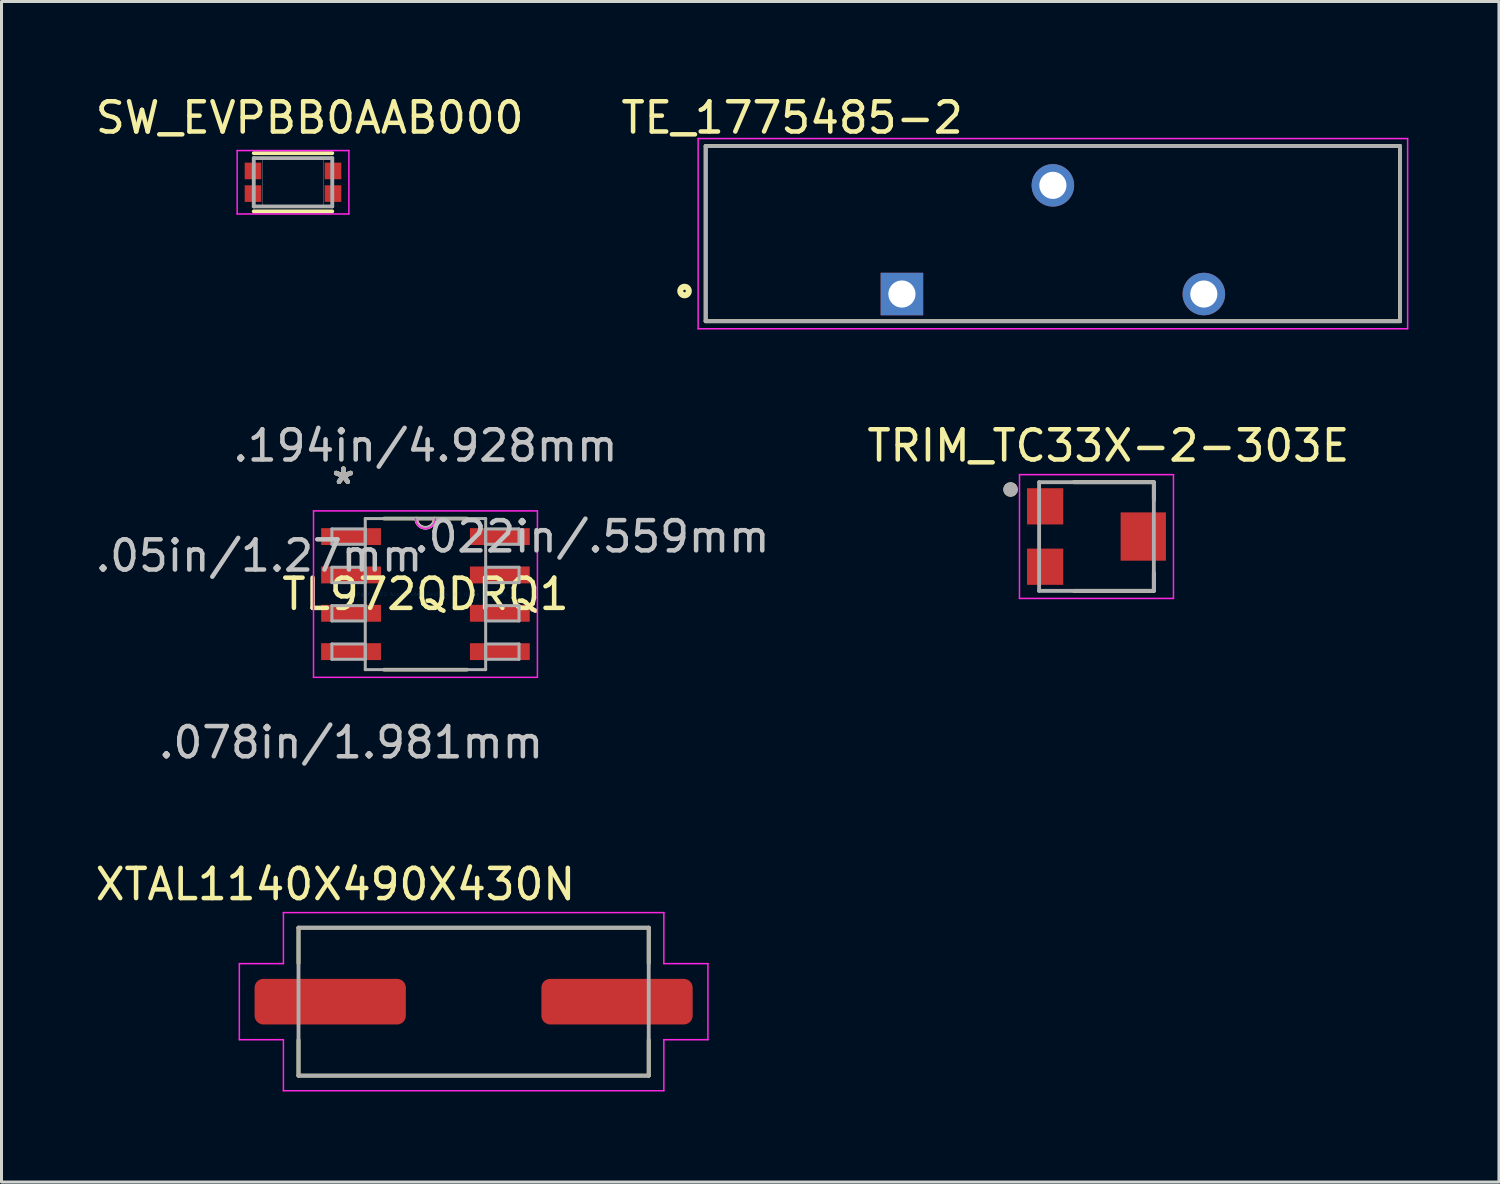
<source format=kicad_pcb>
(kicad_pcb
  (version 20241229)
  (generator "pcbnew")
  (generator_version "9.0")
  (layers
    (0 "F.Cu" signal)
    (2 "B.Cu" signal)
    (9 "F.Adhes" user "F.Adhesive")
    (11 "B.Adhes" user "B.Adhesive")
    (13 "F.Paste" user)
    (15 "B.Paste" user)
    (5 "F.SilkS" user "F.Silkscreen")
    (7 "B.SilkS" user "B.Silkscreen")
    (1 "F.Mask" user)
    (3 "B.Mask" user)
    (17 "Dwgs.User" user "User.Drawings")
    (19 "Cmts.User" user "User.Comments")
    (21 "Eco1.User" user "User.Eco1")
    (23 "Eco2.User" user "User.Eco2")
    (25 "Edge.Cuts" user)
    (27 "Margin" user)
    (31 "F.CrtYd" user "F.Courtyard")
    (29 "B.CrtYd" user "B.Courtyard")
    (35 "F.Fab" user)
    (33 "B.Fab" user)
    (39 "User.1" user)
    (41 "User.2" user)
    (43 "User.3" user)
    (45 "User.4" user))
  (footprint "TRIM_TC33X-2-303E"
    (layer "F.Cu")
    (at 33.367 14.721)
    (property "Reference" "TRIM_TC33X-2-303E" (at 0.294 -3.008 0) (layer "F.SilkS") (effects (font (size 1 1) (thickness 0.15))))
    (attr through_hole)
    (fp_line (start -0.85 -1.8) (end 1.8 -1.8) (stroke (width 0.127) (type solid)) (layer "F.SilkS"))
    (fp_line (start -0.85 1.8) (end 1.8 1.8) (stroke (width 0.127) (type solid)) (layer "F.SilkS"))
    (fp_line (start 1.8 -1.8) (end 1.8 -1.2) (stroke (width 0.127) (type solid)) (layer "F.SilkS"))
    (fp_line (start 1.8 1.8) (end 1.8 1.2) (stroke (width 0.127) (type solid)) (layer "F.SilkS"))
    (fp_circle (center -2.946 -1.558) (end -2.826 -1.558) (stroke (width 0.24) (type solid)) (fill no) (layer "F.SilkS"))
    (fp_line (start -2.65 -2.05) (end 2.45 -2.05) (stroke (width 0.05) (type solid)) (layer "F.CrtYd"))
    (fp_line (start -2.65 2.05) (end -2.65 -2.05) (stroke (width 0.05) (type solid)) (layer "F.CrtYd"))
    (fp_line (start 2.45 -2.05) (end 2.45 2.05) (stroke (width 0.05) (type solid)) (layer "F.CrtYd"))
    (fp_line (start 2.45 2.05) (end -2.65 2.05) (stroke (width 0.05) (type solid)) (layer "F.CrtYd"))
    (fp_line (start -2 -1.8) (end 1.8 -1.8) (stroke (width 0.127) (type solid)) (layer "F.Fab"))
    (fp_line (start -2 1.8) (end -2 -1.8) (stroke (width 0.127) (type solid)) (layer "F.Fab"))
    (fp_line (start 1.8 -1.8) (end 1.8 1.8) (stroke (width 0.127) (type solid)) (layer "F.Fab"))
    (fp_line (start 1.8 1.8) (end -2 1.8) (stroke (width 0.127) (type solid)) (layer "F.Fab"))
    (fp_circle (center -2.946 -1.558) (end -2.826 -1.558) (stroke (width 0.24) (type solid)) (fill no) (layer "F.Fab"))
    (pad "1" smd rect (at -1.8 -1) (size 1.2 1.2) (layers "F.Cu" "F.Mask" "F.Paste"))
    (pad "2" smd rect (at 1.45 0) (size 1.5 1.6) (layers "F.Cu" "F.Mask" "F.Paste"))
    (pad "3" smd rect (at -1.8 1) (size 1.2 1.2) (layers "F.Cu" "F.Mask" "F.Paste")))
  (footprint "SW_EVPBB0AAB000"
    (layer "F.Cu")
    (at 6.655 2.987)
    (property "Reference" "SW_EVPBB0AAB000" (at 0.551 -2.138 0) (layer "F.SilkS") (effects (font (size 1.001 1.001) (thickness 0.15))))
    (attr through_hole)
    (fp_line (start -1.3 -0.964) (end 1.3 -0.964) (stroke (width 0.127) (type solid)) (layer "F.SilkS"))
    (fp_line (start -1.3 0.964) (end 1.3 0.964) (stroke (width 0.127) (type solid)) (layer "F.SilkS"))
    (fp_poly (pts (xy -1.55 -0.6) (xy -1.1 -0.6) (xy -1.1 -0.15) (xy -1.55 -0.15)) (stroke (width 0.01) (type solid)) (fill yes) (layer "F.Paste"))
    (fp_poly (pts (xy -1.55 0.15) (xy -1.1 0.15) (xy -1.1 0.6) (xy -1.55 0.6)) (stroke (width 0.01) (type solid)) (fill yes) (layer "F.Paste"))
    (fp_poly (pts (xy 1.1 -0.6) (xy 1.55 -0.6) (xy 1.55 -0.15) (xy 1.1 -0.15)) (stroke (width 0.01) (type solid)) (fill yes) (layer "F.Paste"))
    (fp_poly (pts (xy 1.1 0.15) (xy 1.55 0.15) (xy 1.55 0.6) (xy 1.1 0.6)) (stroke (width 0.01) (type solid)) (fill yes) (layer "F.Paste"))
    (fp_poly (pts (xy -1.002 -0.8) (xy 1 -0.8) (xy 1 0.802) (xy -1.002 0.802)) (stroke (width 0.01) (type solid)) (fill no) (layer "Dwgs.User"))
    (fp_line (start -1.85 -1.05) (end 1.85 -1.05) (stroke (width 0.05) (type solid)) (layer "F.CrtYd"))
    (fp_line (start -1.85 1.05) (end -1.85 -1.05) (stroke (width 0.05) (type solid)) (layer "F.CrtYd"))
    (fp_line (start 1.85 -1.05) (end 1.85 1.05) (stroke (width 0.05) (type solid)) (layer "F.CrtYd"))
    (fp_line (start 1.85 1.05) (end -1.85 1.05) (stroke (width 0.05) (type solid)) (layer "F.CrtYd"))
    (fp_line (start -1.3 -0.8) (end 1.3 -0.8) (stroke (width 0.127) (type solid)) (layer "F.Fab"))
    (fp_line (start -1.3 0.8) (end -1.3 -0.8) (stroke (width 0.127) (type solid)) (layer "F.Fab"))
    (fp_line (start 1.3 -0.8) (end 1.3 0.8) (stroke (width 0.127) (type solid)) (layer "F.Fab"))
    (fp_line (start 1.3 0.8) (end -1.3 0.8) (stroke (width 0.127) (type solid)) (layer "F.Fab"))
    (pad "A1" smd rect (at -1.325 -0.375) (size 0.55 0.55) (layers "F.Cu" "F.Mask"))
    (pad "A2" smd rect (at -1.325 0.375) (size 0.55 0.55) (layers "F.Cu" "F.Mask"))
    (pad "B1" smd rect (at 1.325 -0.375) (size 0.55 0.55) (layers "F.Cu" "F.Mask"))
    (pad "B2" smd rect (at 1.325 0.375) (size 0.55 0.55) (layers "F.Cu" "F.Mask")))
  (footprint "XTAL1140X490X430N"
    (layer "F.Cu")
    (at 12.637 30.127)
    (property "Reference" "XTAL1140X490X430N" (at -4.578 -3.887 0) (layer "F.SilkS") (effects (font (size 1.001 1.001) (thickness 0.15))))
    (attr through_hole)
    (fp_line (start -5.8 -2.45) (end 5.8 -2.45) (stroke (width 0.127) (type solid)) (layer "F.SilkS"))
    (fp_line (start -5.8 -1.27) (end -5.8 -2.45) (stroke (width 0.127) (type solid)) (layer "F.SilkS"))
    (fp_line (start -5.8 1.27) (end -5.8 2.45) (stroke (width 0.127) (type solid)) (layer "F.SilkS"))
    (fp_line (start -5.8 2.45) (end 5.8 2.45) (stroke (width 0.127) (type solid)) (layer "F.SilkS"))
    (fp_line (start 5.8 -2.45) (end 5.8 -1.27) (stroke (width 0.127) (type solid)) (layer "F.SilkS"))
    (fp_line (start 5.8 2.45) (end 5.8 1.27) (stroke (width 0.127) (type solid)) (layer "F.SilkS"))
    (fp_line (start -7.76 -1.26) (end -6.3 -1.26) (stroke (width 0.05) (type solid)) (layer "F.CrtYd"))
    (fp_line (start -7.76 1.26) (end -7.76 -1.26) (stroke (width 0.05) (type solid)) (layer "F.CrtYd"))
    (fp_line (start -6.3 -2.95) (end 6.3 -2.95) (stroke (width 0.05) (type solid)) (layer "F.CrtYd"))
    (fp_line (start -6.3 -1.26) (end -6.3 -2.95) (stroke (width 0.05) (type solid)) (layer "F.CrtYd"))
    (fp_line (start -6.3 1.26) (end -7.76 1.26) (stroke (width 0.05) (type solid)) (layer "F.CrtYd"))
    (fp_line (start -6.3 2.95) (end -6.3 1.26) (stroke (width 0.05) (type solid)) (layer "F.CrtYd"))
    (fp_line (start 6.3 -2.95) (end 6.3 -1.26) (stroke (width 0.05) (type solid)) (layer "F.CrtYd"))
    (fp_line (start 6.3 -1.26) (end 7.76 -1.26) (stroke (width 0.05) (type solid)) (layer "F.CrtYd"))
    (fp_line (start 6.3 1.26) (end 6.3 2.95) (stroke (width 0.05) (type solid)) (layer "F.CrtYd"))
    (fp_line (start 6.3 2.95) (end -6.3 2.95) (stroke (width 0.05) (type solid)) (layer "F.CrtYd"))
    (fp_line (start 7.76 -1.26) (end 7.76 1.26) (stroke (width 0.05) (type solid)) (layer "F.CrtYd"))
    (fp_line (start 7.76 1.26) (end 6.3 1.26) (stroke (width 0.05) (type solid)) (layer "F.CrtYd"))
    (fp_line (start -5.8 -2.45) (end -5.8 2.45) (stroke (width 0.127) (type solid)) (layer "F.Fab"))
    (fp_line (start -5.8 -2.45) (end 5.8 -2.45) (stroke (width 0.127) (type solid)) (layer "F.Fab"))
    (fp_line (start -5.8 2.45) (end 5.8 2.45) (stroke (width 0.127) (type solid)) (layer "F.Fab"))
    (fp_line (start 5.8 2.45) (end 5.8 -2.45) (stroke (width 0.127) (type solid)) (layer "F.Fab"))
    (pad "1" smd roundrect (at -4.75 0) (size 5.01 1.51) (layers "F.Cu" "F.Mask" "F.Paste") (roundrect_rratio 0.19))
    (pad "2" smd roundrect (at 4.75 0) (size 5.01 1.51) (layers "F.Cu" "F.Mask" "F.Paste") (roundrect_rratio 0.19)))
  (footprint "TE_1775485-2"
    (layer "F.Cu")
    (at 31.823 4.689)
    (property "Reference" "TE_1775485-2" (at -8.637 -3.84 0) (layer "F.SilkS") (effects (font (size 1.001 1.001) (thickness 0.15))))
    (attr through_hole)
    (fp_line (start -11.5 -2.9) (end 11.5 -2.9) (stroke (width 0.127) (type solid)) (layer "F.SilkS"))
    (fp_line (start -11.5 2.9) (end -11.5 -2.9) (stroke (width 0.127) (type solid)) (layer "F.SilkS"))
    (fp_line (start 11.5 -2.9) (end 11.5 2.9) (stroke (width 0.127) (type solid)) (layer "F.SilkS"))
    (fp_line (start 11.5 2.9) (end -11.5 2.9) (stroke (width 0.127) (type solid)) (layer "F.SilkS"))
    (fp_circle (center -12.2 1.9) (end -12.059 1.9) (stroke (width 0.2) (type solid)) (fill no) (layer "F.SilkS"))
    (fp_line (start -11.75 -3.15) (end 11.75 -3.15) (stroke (width 0.05) (type solid)) (layer "F.CrtYd"))
    (fp_line (start -11.75 3.15) (end -11.75 -3.15) (stroke (width 0.05) (type solid)) (layer "F.CrtYd"))
    (fp_line (start 11.75 -3.15) (end 11.75 3.15) (stroke (width 0.05) (type solid)) (layer "F.CrtYd"))
    (fp_line (start 11.75 3.15) (end -11.75 3.15) (stroke (width 0.05) (type solid)) (layer "F.CrtYd"))
    (fp_line (start -11.5 -2.9) (end 11.5 -2.9) (stroke (width 0.127) (type solid)) (layer "F.Fab"))
    (fp_line (start -11.5 2.9) (end -11.5 -2.9) (stroke (width 0.127) (type solid)) (layer "F.Fab"))
    (fp_line (start 11.5 -2.9) (end 11.5 2.9) (stroke (width 0.127) (type solid)) (layer "F.Fab"))
    (fp_line (start 11.5 2.9) (end -11.5 2.9) (stroke (width 0.127) (type solid)) (layer "F.Fab"))
    (pad "1" thru_hole rect (at -5 2) (size 1.408 1.408) (drill 0.9) (layers "*.Cu" "*.Mask"))
    (pad "2" thru_hole circle (at 0 -1.6) (size 1.408 1.408) (drill 0.9) (layers "*.Cu" "*.Mask"))
    (pad "3" thru_hole circle (at 5 2) (size 1.408 1.408) (drill 0.9) (layers "*.Cu" "*.Mask")))
  (footprint "TL972QDRQ1"
    (layer "F.Cu")
    (at 11.042 16.628)
    (property "Reference" "TL972QDRQ1" (at 0 0 0) (layer "F.SilkS") (effects (font (size 1 1) (thickness 0.15))))
    (attr through_hole)
    (fp_line (start -1.374 2.502) (end 1.374 2.502) (stroke (width 0.12) (type solid)) (layer "F.SilkS"))
    (fp_line (start 1.374 -2.502) (end -1.374 -2.502) (stroke (width 0.12) (type solid)) (layer "F.SilkS"))
    (fp_arc (start 0.3048 -2.5019) (mid 0 -2.1971) (end -0.3048 -2.5019) (stroke (width 0.12) (type solid)) (layer "F.SilkS"))
    (fp_line (start -3.708 -2.756) (end 3.708 -2.756) (stroke (width 0.05) (type solid)) (layer "F.CrtYd"))
    (fp_line (start -3.708 2.756) (end -3.708 -2.756) (stroke (width 0.05) (type solid)) (layer "F.CrtYd"))
    (fp_line (start 3.708 -2.756) (end 3.708 2.756) (stroke (width 0.05) (type solid)) (layer "F.CrtYd"))
    (fp_line (start 3.708 2.756) (end -3.708 2.756) (stroke (width 0.05) (type solid)) (layer "F.CrtYd"))
    (fp_arc (start 0.332317 -2.5019) (mid 0 -2.169583) (end -0.332317 -2.5019) (stroke (width 0.05) (type solid)) (layer "F.CrtYd"))
    (fp_line (start -3.099 -2.159) (end -3.099 -1.651) (stroke (width 0.1) (type solid)) (layer "F.Fab"))
    (fp_line (start -3.099 -1.651) (end -1.994 -1.651) (stroke (width 0.1) (type solid)) (layer "F.Fab"))
    (fp_line (start -3.099 -0.889) (end -3.099 -0.381) (stroke (width 0.1) (type solid)) (layer "F.Fab"))
    (fp_line (start -3.099 -0.381) (end -1.994 -0.381) (stroke (width 0.1) (type solid)) (layer "F.Fab"))
    (fp_line (start -3.099 0.381) (end -3.099 0.889) (stroke (width 0.1) (type solid)) (layer "F.Fab"))
    (fp_line (start -3.099 0.889) (end -1.994 0.889) (stroke (width 0.1) (type solid)) (layer "F.Fab"))
    (fp_line (start -3.099 1.651) (end -3.099 2.159) (stroke (width 0.1) (type solid)) (layer "F.Fab"))
    (fp_line (start -3.099 2.159) (end -1.994 2.159) (stroke (width 0.1) (type solid)) (layer "F.Fab"))
    (fp_line (start -1.994 -2.502) (end -1.994 2.502) (stroke (width 0.1) (type solid)) (layer "F.Fab"))
    (fp_line (start -1.994 -2.159) (end -3.099 -2.159) (stroke (width 0.1) (type solid)) (layer "F.Fab"))
    (fp_line (start -1.994 -1.651) (end -1.994 -2.159) (stroke (width 0.1) (type solid)) (layer "F.Fab"))
    (fp_line (start -1.994 -0.889) (end -3.099 -0.889) (stroke (width 0.1) (type solid)) (layer "F.Fab"))
    (fp_line (start -1.994 -0.381) (end -1.994 -0.889) (stroke (width 0.1) (type solid)) (layer "F.Fab"))
    (fp_line (start -1.994 0.381) (end -3.099 0.381) (stroke (width 0.1) (type solid)) (layer "F.Fab"))
    (fp_line (start -1.994 0.889) (end -1.994 0.381) (stroke (width 0.1) (type solid)) (layer "F.Fab"))
    (fp_line (start -1.994 1.651) (end -3.099 1.651) (stroke (width 0.1) (type solid)) (layer "F.Fab"))
    (fp_line (start -1.994 2.159) (end -1.994 1.651) (stroke (width 0.1) (type solid)) (layer "F.Fab"))
    (fp_line (start -1.994 2.502) (end 1.994 2.502) (stroke (width 0.1) (type solid)) (layer "F.Fab"))
    (fp_line (start 1.994 -2.502) (end -1.994 -2.502) (stroke (width 0.1) (type solid)) (layer "F.Fab"))
    (fp_line (start 1.994 -2.159) (end 1.994 -1.651) (stroke (width 0.1) (type solid)) (layer "F.Fab"))
    (fp_line (start 1.994 -1.651) (end 3.099 -1.651) (stroke (width 0.1) (type solid)) (layer "F.Fab"))
    (fp_line (start 1.994 -0.889) (end 1.994 -0.381) (stroke (width 0.1) (type solid)) (layer "F.Fab"))
    (fp_line (start 1.994 -0.381) (end 3.099 -0.381) (stroke (width 0.1) (type solid)) (layer "F.Fab"))
    (fp_line (start 1.994 0.381) (end 1.994 0.889) (stroke (width 0.1) (type solid)) (layer "F.Fab"))
    (fp_line (start 1.994 0.889) (end 3.099 0.889) (stroke (width 0.1) (type solid)) (layer "F.Fab"))
    (fp_line (start 1.994 1.651) (end 1.994 2.159) (stroke (width 0.1) (type solid)) (layer "F.Fab"))
    (fp_line (start 1.994 2.159) (end 3.099 2.159) (stroke (width 0.1) (type solid)) (layer "F.Fab"))
    (fp_line (start 1.994 2.502) (end 1.994 -2.502) (stroke (width 0.1) (type solid)) (layer "F.Fab"))
    (fp_line (start 3.099 -2.159) (end 1.994 -2.159) (stroke (width 0.1) (type solid)) (layer "F.Fab"))
    (fp_line (start 3.099 -1.651) (end 3.099 -2.159) (stroke (width 0.1) (type solid)) (layer "F.Fab"))
    (fp_line (start 3.099 -0.889) (end 1.994 -0.889) (stroke (width 0.1) (type solid)) (layer "F.Fab"))
    (fp_line (start 3.099 -0.381) (end 3.099 -0.889) (stroke (width 0.1) (type solid)) (layer "F.Fab"))
    (fp_line (start 3.099 0.381) (end 1.994 0.381) (stroke (width 0.1) (type solid)) (layer "F.Fab"))
    (fp_line (start 3.099 0.889) (end 3.099 0.381) (stroke (width 0.1) (type solid)) (layer "F.Fab"))
    (fp_line (start 3.099 1.651) (end 1.994 1.651) (stroke (width 0.1) (type solid)) (layer "F.Fab"))
    (fp_line (start 3.099 2.159) (end 3.099 1.651) (stroke (width 0.1) (type solid)) (layer "F.Fab"))
    (fp_arc (start 0.3048 -2.5019) (mid 0 -2.1971) (end -0.3048 -2.5019) (stroke (width 0.1) (type solid)) (layer "F.Fab"))
    (fp_text user "*" (at -2.718 -3.607 0) (layer "F.SilkS") (effects (font (size 1 1) (thickness 0.15))))
    (fp_text user "*" (at -2.718 -3.607 0) (layer "F.SilkS") (effects (font (size 1 1) (thickness 0.15))))
    (fp_text user ".05in/1.27mm" (at -5.512 -1.27 0) (layer "Dwgs.User") (effects (font (size 1 1) (thickness 0.15))))
    (fp_text user ".022in/.559mm" (at 5.512 -1.905 0) (layer "Dwgs.User") (effects (font (size 1 1) (thickness 0.15))))
    (fp_text user ".078in/1.981mm" (at -2.464 4.915 0) (layer "Dwgs.User") (effects (font (size 1 1) (thickness 0.15))))
    (fp_text user ".194in/4.928mm" (at 0 -4.915 0) (layer "Dwgs.User") (effects (font (size 1 1) (thickness 0.15))))
    (fp_text user "Copyright 2021 Accelerated Designs. All rights reserved." (at 0 0 0) (layer "Cmts.User") (effects (font (size 0.127 0.127) (thickness 0.002))))
    (fp_text user "*" (at -2.718 -3.607 0) (layer "F.Fab") (effects (font (size 1 1) (thickness 0.15))))
    (fp_text user "*" (at -2.718 -3.607 0) (layer "F.Fab") (effects (font (size 1 1) (thickness 0.15))))
    (pad "1" smd rect (at -2.464 -1.905) (size 1.981 0.559) (layers "F.Cu" "F.Mask" "F.Paste"))
    (pad "2" smd rect (at -2.464 -0.635) (size 1.981 0.559) (layers "F.Cu" "F.Mask" "F.Paste"))
    (pad "3" smd rect (at -2.464 0.635) (size 1.981 0.559) (layers "F.Cu" "F.Mask" "F.Paste"))
    (pad "4" smd rect (at -2.464 1.905) (size 1.981 0.559) (layers "F.Cu" "F.Mask" "F.Paste"))
    (pad "5" smd rect (at 2.464 1.905) (size 1.981 0.559) (layers "F.Cu" "F.Mask" "F.Paste"))
    (pad "6" smd rect (at 2.464 0.635) (size 1.981 0.559) (layers "F.Cu" "F.Mask" "F.Paste"))
    (pad "7" smd rect (at 2.464 -0.635) (size 1.981 0.559) (layers "F.Cu" "F.Mask" "F.Paste"))
    (pad "8" smd rect (at 2.464 -1.905) (size 1.981 0.559) (layers "F.Cu" "F.Mask" "F.Paste")))
  (gr_rect
    (start -3 -3)
    (end 46.598 36.102)
    (stroke (width 0.1) (type default))
    (fill no)
    (layer "Edge.Cuts")))
</source>
